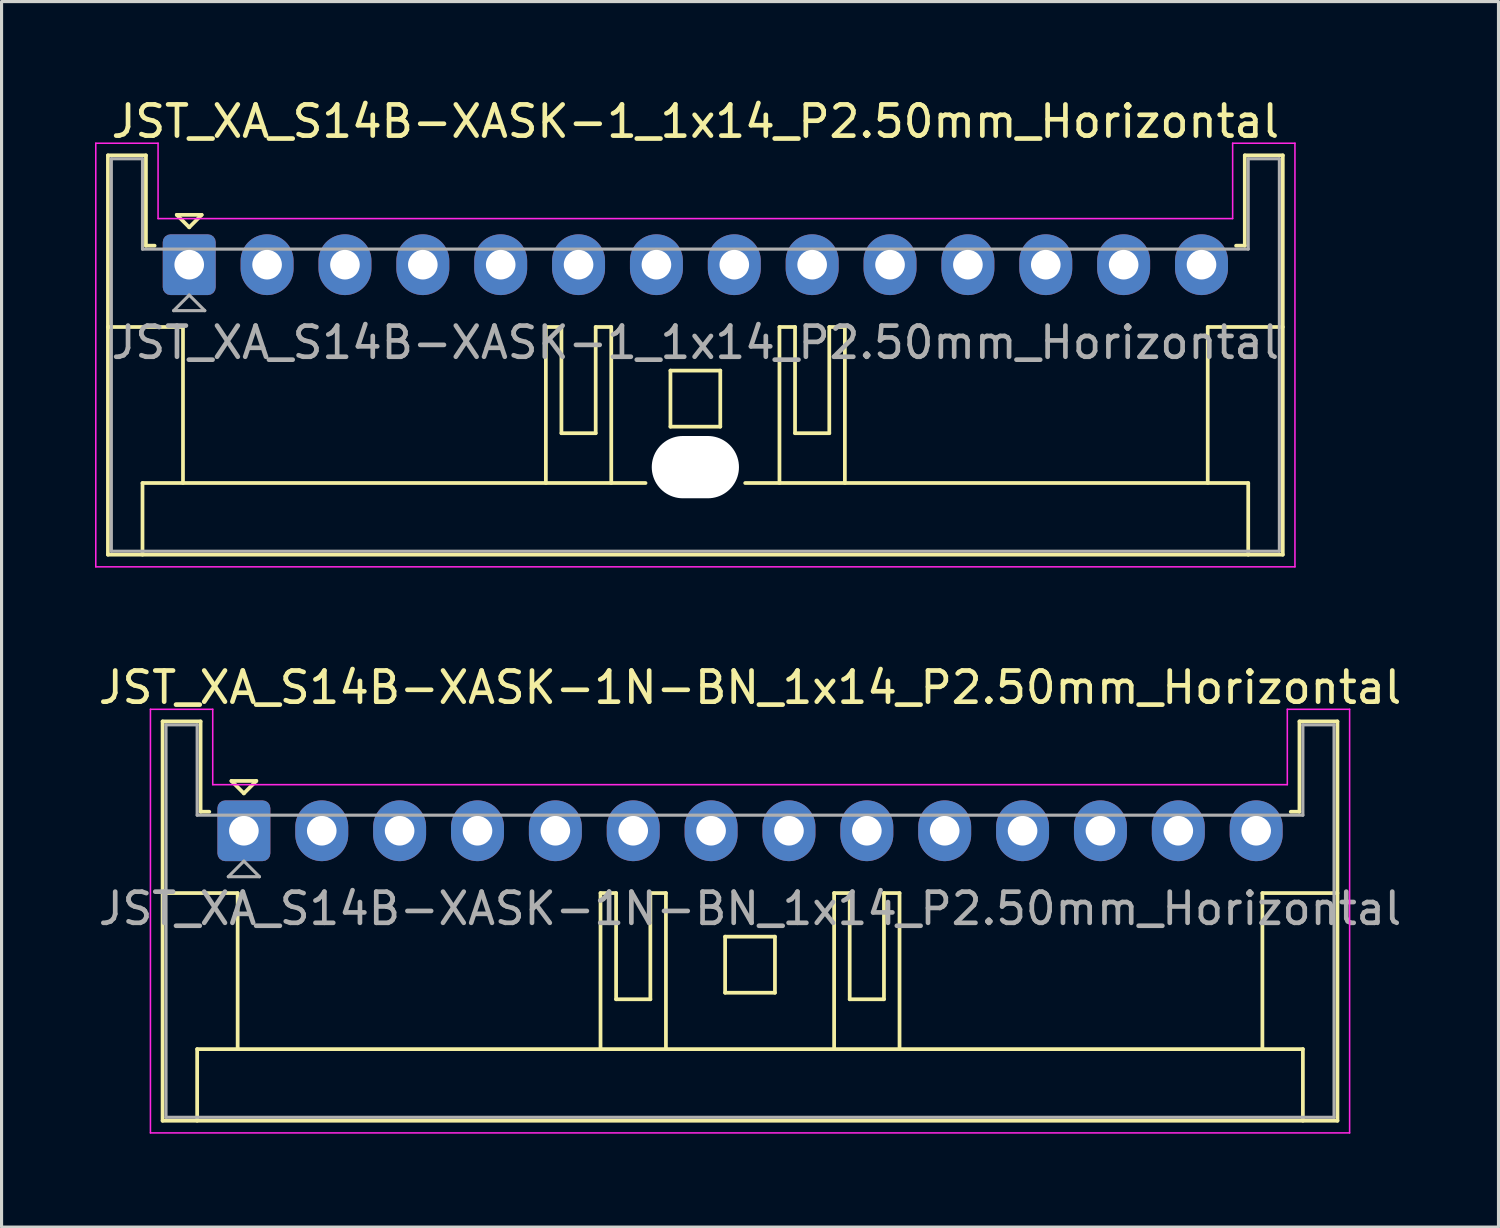
<source format=kicad_pcb>
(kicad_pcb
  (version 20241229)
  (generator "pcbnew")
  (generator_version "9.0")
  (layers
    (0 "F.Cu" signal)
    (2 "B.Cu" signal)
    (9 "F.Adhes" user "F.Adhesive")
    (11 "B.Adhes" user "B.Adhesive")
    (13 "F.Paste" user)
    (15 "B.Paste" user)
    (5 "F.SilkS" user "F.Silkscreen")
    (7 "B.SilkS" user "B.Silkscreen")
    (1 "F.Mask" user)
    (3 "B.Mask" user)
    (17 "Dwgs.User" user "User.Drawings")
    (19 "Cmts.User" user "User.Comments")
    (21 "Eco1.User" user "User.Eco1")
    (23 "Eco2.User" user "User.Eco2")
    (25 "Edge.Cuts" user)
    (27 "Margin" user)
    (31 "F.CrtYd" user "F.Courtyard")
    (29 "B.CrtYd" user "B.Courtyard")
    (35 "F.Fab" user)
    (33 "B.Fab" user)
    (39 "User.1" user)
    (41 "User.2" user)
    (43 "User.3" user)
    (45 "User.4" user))
  (footprint "JST_XA_S14B-XASK-1N-BN_1x14_P2.50mm_Horizontal"
    (layer "F.Cu")
    (at 4.78 23.622)
    (property "Reference" "JST_XA_S14B-XASK-1N-BN_1x14_P2.50mm_Horizontal" (at 16.25 -4.6 0) (layer "F.SilkS") (effects (font (size 1 1) (thickness 0.15))))
    (attr through_hole)
    (fp_line (start -2.61 -3.51) (end -2.61 9.31) (stroke (width 0.12) (type solid)) (layer "F.SilkS"))
    (fp_line (start -2.61 9.31) (end 35.11 9.31) (stroke (width 0.12) (type solid)) (layer "F.SilkS"))
    (fp_line (start -1.5 7.01) (end 34 7.01) (stroke (width 0.12) (type solid)) (layer "F.SilkS"))
    (fp_line (start -1.5 9.31) (end -1.5 7.01) (stroke (width 0.12) (type solid)) (layer "F.SilkS"))
    (fp_line (start -1.39 -3.51) (end -2.61 -3.51) (stroke (width 0.12) (type solid)) (layer "F.SilkS"))
    (fp_line (start -1.39 -0.61) (end -1.39 -3.51) (stroke (width 0.12) (type solid)) (layer "F.SilkS"))
    (fp_line (start -1.11 -0.61) (end -1.39 -0.61) (stroke (width 0.12) (type solid)) (layer "F.SilkS"))
    (fp_line (start -0.4 -1.6) (end 0.4 -1.6) (stroke (width 0.12) (type solid)) (layer "F.SilkS"))
    (fp_line (start -0.2 2) (end -2.61 2) (stroke (width 0.12) (type solid)) (layer "F.SilkS"))
    (fp_line (start -0.2 7.01) (end -0.2 2) (stroke (width 0.12) (type solid)) (layer "F.SilkS"))
    (fp_line (start 0 -1.2) (end -0.4 -1.6) (stroke (width 0.12) (type solid)) (layer "F.SilkS"))
    (fp_line (start 0.4 -1.6) (end 0 -1.2) (stroke (width 0.12) (type solid)) (layer "F.SilkS"))
    (fp_line (start 11.45 2) (end 11.45 7.01) (stroke (width 0.12) (type solid)) (layer "F.SilkS"))
    (fp_line (start 11.95 2) (end 11.45 2) (stroke (width 0.12) (type solid)) (layer "F.SilkS"))
    (fp_line (start 11.95 5.41) (end 11.95 2) (stroke (width 0.12) (type solid)) (layer "F.SilkS"))
    (fp_line (start 13.05 2) (end 13.05 5.41) (stroke (width 0.12) (type solid)) (layer "F.SilkS"))
    (fp_line (start 13.05 5.41) (end 11.95 5.41) (stroke (width 0.12) (type solid)) (layer "F.SilkS"))
    (fp_line (start 13.55 2) (end 13.05 2) (stroke (width 0.12) (type solid)) (layer "F.SilkS"))
    (fp_line (start 13.55 7.01) (end 13.55 2) (stroke (width 0.12) (type solid)) (layer "F.SilkS"))
    (fp_line (start 15.45 3.4) (end 17.05 3.4) (stroke (width 0.12) (type solid)) (layer "F.SilkS"))
    (fp_line (start 15.45 5.2) (end 15.45 3.4) (stroke (width 0.12) (type solid)) (layer "F.SilkS"))
    (fp_line (start 17.05 3.4) (end 17.05 5.2) (stroke (width 0.12) (type solid)) (layer "F.SilkS"))
    (fp_line (start 17.05 5.2) (end 15.45 5.2) (stroke (width 0.12) (type solid)) (layer "F.SilkS"))
    (fp_line (start 18.95 2) (end 19.45 2) (stroke (width 0.12) (type solid)) (layer "F.SilkS"))
    (fp_line (start 18.95 7.01) (end 18.95 2) (stroke (width 0.12) (type solid)) (layer "F.SilkS"))
    (fp_line (start 19.45 2) (end 19.45 5.41) (stroke (width 0.12) (type solid)) (layer "F.SilkS"))
    (fp_line (start 19.45 5.41) (end 20.55 5.41) (stroke (width 0.12) (type solid)) (layer "F.SilkS"))
    (fp_line (start 20.55 2) (end 21.05 2) (stroke (width 0.12) (type solid)) (layer "F.SilkS"))
    (fp_line (start 20.55 5.41) (end 20.55 2) (stroke (width 0.12) (type solid)) (layer "F.SilkS"))
    (fp_line (start 21.05 2) (end 21.05 7.01) (stroke (width 0.12) (type solid)) (layer "F.SilkS"))
    (fp_line (start 32.7 2) (end 35.11 2) (stroke (width 0.12) (type solid)) (layer "F.SilkS"))
    (fp_line (start 32.7 7.01) (end 32.7 2) (stroke (width 0.12) (type solid)) (layer "F.SilkS"))
    (fp_line (start 33.89 -3.51) (end 33.89 -0.61) (stroke (width 0.12) (type solid)) (layer "F.SilkS"))
    (fp_line (start 33.89 -0.61) (end 33.61 -0.61) (stroke (width 0.12) (type solid)) (layer "F.SilkS"))
    (fp_line (start 34 7.01) (end 34 9.31) (stroke (width 0.12) (type solid)) (layer "F.SilkS"))
    (fp_line (start 35.11 -3.51) (end 33.89 -3.51) (stroke (width 0.12) (type solid)) (layer "F.SilkS"))
    (fp_line (start 35.11 9.31) (end 35.11 -3.51) (stroke (width 0.12) (type solid)) (layer "F.SilkS"))
    (fp_line (start -3 -3.9) (end -1 -3.9) (stroke (width 0.05) (type solid)) (layer "F.CrtYd"))
    (fp_line (start -3 9.7) (end -3 -3.9) (stroke (width 0.05) (type solid)) (layer "F.CrtYd"))
    (fp_line (start -1 -3.9) (end -1 -1.48) (stroke (width 0.05) (type solid)) (layer "F.CrtYd"))
    (fp_line (start -1 -1.48) (end 33.5 -1.48) (stroke (width 0.05) (type solid)) (layer "F.CrtYd"))
    (fp_line (start 33.5 -3.9) (end 35.5 -3.9) (stroke (width 0.05) (type solid)) (layer "F.CrtYd"))
    (fp_line (start 33.5 -1.48) (end 33.5 -3.9) (stroke (width 0.05) (type solid)) (layer "F.CrtYd"))
    (fp_line (start 35.5 -3.9) (end 35.5 9.7) (stroke (width 0.05) (type solid)) (layer "F.CrtYd"))
    (fp_line (start 35.5 9.7) (end -3 9.7) (stroke (width 0.05) (type solid)) (layer "F.CrtYd"))
    (fp_line (start -2.5 -3.4) (end -2.5 9.2) (stroke (width 0.1) (type solid)) (layer "F.Fab"))
    (fp_line (start -2.5 9.2) (end 35 9.2) (stroke (width 0.1) (type solid)) (layer "F.Fab"))
    (fp_line (start -1.5 -3.4) (end -2.5 -3.4) (stroke (width 0.1) (type solid)) (layer "F.Fab"))
    (fp_line (start -1.5 -0.5) (end -1.5 -3.4) (stroke (width 0.1) (type solid)) (layer "F.Fab"))
    (fp_line (start -0.5 1.475) (end 0.5 1.475) (stroke (width 0.1) (type solid)) (layer "F.Fab"))
    (fp_line (start 0 0.975) (end -0.5 1.475) (stroke (width 0.1) (type solid)) (layer "F.Fab"))
    (fp_line (start 0.5 1.475) (end 0 0.975) (stroke (width 0.1) (type solid)) (layer "F.Fab"))
    (fp_line (start 34 -3.4) (end 34 -0.5) (stroke (width 0.1) (type solid)) (layer "F.Fab"))
    (fp_line (start 34 -0.5) (end -1.5 -0.5) (stroke (width 0.1) (type solid)) (layer "F.Fab"))
    (fp_line (start 35 -3.4) (end 34 -3.4) (stroke (width 0.1) (type solid)) (layer "F.Fab"))
    (fp_line (start 35 9.2) (end 35 -3.4) (stroke (width 0.1) (type solid)) (layer "F.Fab"))
    (fp_text user "${REFERENCE}" (at 16.25 2.5 0) (layer "F.Fab") (effects (font (size 1 1) (thickness 0.15))))
    (pad "1" thru_hole roundrect (at 0 0) (size 1.7 1.95) (drill 0.95) (layers "*.Cu" "*.Mask") (roundrect_rratio 0.147))
    (pad "2" thru_hole oval (at 2.5 0) (size 1.7 1.95) (drill 0.95) (layers "*.Cu" "*.Mask"))
    (pad "3" thru_hole oval (at 5 0) (size 1.7 1.95) (drill 0.95) (layers "*.Cu" "*.Mask"))
    (pad "4" thru_hole oval (at 7.5 0) (size 1.7 1.95) (drill 0.95) (layers "*.Cu" "*.Mask"))
    (pad "5" thru_hole oval (at 10 0) (size 1.7 1.95) (drill 0.95) (layers "*.Cu" "*.Mask"))
    (pad "6" thru_hole oval (at 12.5 0) (size 1.7 1.95) (drill 0.95) (layers "*.Cu" "*.Mask"))
    (pad "7" thru_hole oval (at 15 0) (size 1.7 1.95) (drill 0.95) (layers "*.Cu" "*.Mask"))
    (pad "8" thru_hole oval (at 17.5 0) (size 1.7 1.95) (drill 0.95) (layers "*.Cu" "*.Mask"))
    (pad "9" thru_hole oval (at 20 0) (size 1.7 1.95) (drill 0.95) (layers "*.Cu" "*.Mask"))
    (pad "10" thru_hole oval (at 22.5 0) (size 1.7 1.95) (drill 0.95) (layers "*.Cu" "*.Mask"))
    (pad "11" thru_hole oval (at 25 0) (size 1.7 1.95) (drill 0.95) (layers "*.Cu" "*.Mask"))
    (pad "12" thru_hole oval (at 27.5 0) (size 1.7 1.95) (drill 0.95) (layers "*.Cu" "*.Mask"))
    (pad "13" thru_hole oval (at 30 0) (size 1.7 1.95) (drill 0.95) (layers "*.Cu" "*.Mask"))
    (pad "14" thru_hole oval (at 32.5 0) (size 1.7 1.95) (drill 0.95) (layers "*.Cu" "*.Mask")))
  (footprint "JST_XA_S14B-XASK-1_1x14_P2.50mm_Horizontal"
    (layer "F.Cu")
    (at 3.025 5.448)
    (property "Reference" "JST_XA_S14B-XASK-1_1x14_P2.50mm_Horizontal" (at 16.25 -4.6 0) (layer "F.SilkS") (effects (font (size 1 1) (thickness 0.15))))
    (attr through_hole)
    (fp_line (start -2.61 -3.51) (end -2.61 9.31) (stroke (width 0.12) (type solid)) (layer "F.SilkS"))
    (fp_line (start -2.61 9.31) (end 35.11 9.31) (stroke (width 0.12) (type solid)) (layer "F.SilkS"))
    (fp_line (start -1.5 7.01) (end 14.65 7.01) (stroke (width 0.12) (type solid)) (layer "F.SilkS"))
    (fp_line (start -1.5 9.31) (end -1.5 7.01) (stroke (width 0.12) (type solid)) (layer "F.SilkS"))
    (fp_line (start -1.39 -3.51) (end -2.61 -3.51) (stroke (width 0.12) (type solid)) (layer "F.SilkS"))
    (fp_line (start -1.39 -0.61) (end -1.39 -3.51) (stroke (width 0.12) (type solid)) (layer "F.SilkS"))
    (fp_line (start -1.11 -0.61) (end -1.39 -0.61) (stroke (width 0.12) (type solid)) (layer "F.SilkS"))
    (fp_line (start -0.4 -1.6) (end 0.4 -1.6) (stroke (width 0.12) (type solid)) (layer "F.SilkS"))
    (fp_line (start -0.2 2) (end -2.61 2) (stroke (width 0.12) (type solid)) (layer "F.SilkS"))
    (fp_line (start -0.2 7.01) (end -0.2 2) (stroke (width 0.12) (type solid)) (layer "F.SilkS"))
    (fp_line (start 0 -1.2) (end -0.4 -1.6) (stroke (width 0.12) (type solid)) (layer "F.SilkS"))
    (fp_line (start 0.4 -1.6) (end 0 -1.2) (stroke (width 0.12) (type solid)) (layer "F.SilkS"))
    (fp_line (start 11.45 2) (end 11.45 7.01) (stroke (width 0.12) (type solid)) (layer "F.SilkS"))
    (fp_line (start 11.95 2) (end 11.45 2) (stroke (width 0.12) (type solid)) (layer "F.SilkS"))
    (fp_line (start 11.95 5.41) (end 11.95 2) (stroke (width 0.12) (type solid)) (layer "F.SilkS"))
    (fp_line (start 13.05 2) (end 13.05 5.41) (stroke (width 0.12) (type solid)) (layer "F.SilkS"))
    (fp_line (start 13.05 5.41) (end 11.95 5.41) (stroke (width 0.12) (type solid)) (layer "F.SilkS"))
    (fp_line (start 13.55 2) (end 13.05 2) (stroke (width 0.12) (type solid)) (layer "F.SilkS"))
    (fp_line (start 13.55 7.01) (end 13.55 2) (stroke (width 0.12) (type solid)) (layer "F.SilkS"))
    (fp_line (start 15.45 3.4) (end 17.05 3.4) (stroke (width 0.12) (type solid)) (layer "F.SilkS"))
    (fp_line (start 15.45 5.2) (end 15.45 3.4) (stroke (width 0.12) (type solid)) (layer "F.SilkS"))
    (fp_line (start 17.05 3.4) (end 17.05 5.2) (stroke (width 0.12) (type solid)) (layer "F.SilkS"))
    (fp_line (start 17.05 5.2) (end 15.45 5.2) (stroke (width 0.12) (type solid)) (layer "F.SilkS"))
    (fp_line (start 17.85 7.01) (end 34 7.01) (stroke (width 0.12) (type solid)) (layer "F.SilkS"))
    (fp_line (start 18.95 2) (end 19.45 2) (stroke (width 0.12) (type solid)) (layer "F.SilkS"))
    (fp_line (start 18.95 7.01) (end 18.95 2) (stroke (width 0.12) (type solid)) (layer "F.SilkS"))
    (fp_line (start 19.45 2) (end 19.45 5.41) (stroke (width 0.12) (type solid)) (layer "F.SilkS"))
    (fp_line (start 19.45 5.41) (end 20.55 5.41) (stroke (width 0.12) (type solid)) (layer "F.SilkS"))
    (fp_line (start 20.55 2) (end 21.05 2) (stroke (width 0.12) (type solid)) (layer "F.SilkS"))
    (fp_line (start 20.55 5.41) (end 20.55 2) (stroke (width 0.12) (type solid)) (layer "F.SilkS"))
    (fp_line (start 21.05 2) (end 21.05 7.01) (stroke (width 0.12) (type solid)) (layer "F.SilkS"))
    (fp_line (start 32.7 2) (end 35.11 2) (stroke (width 0.12) (type solid)) (layer "F.SilkS"))
    (fp_line (start 32.7 7.01) (end 32.7 2) (stroke (width 0.12) (type solid)) (layer "F.SilkS"))
    (fp_line (start 33.89 -3.51) (end 33.89 -0.61) (stroke (width 0.12) (type solid)) (layer "F.SilkS"))
    (fp_line (start 33.89 -0.61) (end 33.61 -0.61) (stroke (width 0.12) (type solid)) (layer "F.SilkS"))
    (fp_line (start 34 7.01) (end 34 9.31) (stroke (width 0.12) (type solid)) (layer "F.SilkS"))
    (fp_line (start 35.11 -3.51) (end 33.89 -3.51) (stroke (width 0.12) (type solid)) (layer "F.SilkS"))
    (fp_line (start 35.11 9.31) (end 35.11 -3.51) (stroke (width 0.12) (type solid)) (layer "F.SilkS"))
    (fp_line (start -3 -3.9) (end -1 -3.9) (stroke (width 0.05) (type solid)) (layer "F.CrtYd"))
    (fp_line (start -3 9.7) (end -3 -3.9) (stroke (width 0.05) (type solid)) (layer "F.CrtYd"))
    (fp_line (start -1 -3.9) (end -1 -1.48) (stroke (width 0.05) (type solid)) (layer "F.CrtYd"))
    (fp_line (start -1 -1.48) (end 33.5 -1.48) (stroke (width 0.05) (type solid)) (layer "F.CrtYd"))
    (fp_line (start 33.5 -3.9) (end 35.5 -3.9) (stroke (width 0.05) (type solid)) (layer "F.CrtYd"))
    (fp_line (start 33.5 -1.48) (end 33.5 -3.9) (stroke (width 0.05) (type solid)) (layer "F.CrtYd"))
    (fp_line (start 35.5 -3.9) (end 35.5 9.7) (stroke (width 0.05) (type solid)) (layer "F.CrtYd"))
    (fp_line (start 35.5 9.7) (end -3 9.7) (stroke (width 0.05) (type solid)) (layer "F.CrtYd"))
    (fp_line (start -2.5 -3.4) (end -2.5 9.2) (stroke (width 0.1) (type solid)) (layer "F.Fab"))
    (fp_line (start -2.5 9.2) (end 35 9.2) (stroke (width 0.1) (type solid)) (layer "F.Fab"))
    (fp_line (start -1.5 -3.4) (end -2.5 -3.4) (stroke (width 0.1) (type solid)) (layer "F.Fab"))
    (fp_line (start -1.5 -0.5) (end -1.5 -3.4) (stroke (width 0.1) (type solid)) (layer "F.Fab"))
    (fp_line (start -0.5 1.475) (end 0.5 1.475) (stroke (width 0.1) (type solid)) (layer "F.Fab"))
    (fp_line (start 0 0.975) (end -0.5 1.475) (stroke (width 0.1) (type solid)) (layer "F.Fab"))
    (fp_line (start 0.5 1.475) (end 0 0.975) (stroke (width 0.1) (type solid)) (layer "F.Fab"))
    (fp_line (start 34 -3.4) (end 34 -0.5) (stroke (width 0.1) (type solid)) (layer "F.Fab"))
    (fp_line (start 34 -0.5) (end -1.5 -0.5) (stroke (width 0.1) (type solid)) (layer "F.Fab"))
    (fp_line (start 35 -3.4) (end 34 -3.4) (stroke (width 0.1) (type solid)) (layer "F.Fab"))
    (fp_line (start 35 9.2) (end 35 -3.4) (stroke (width 0.1) (type solid)) (layer "F.Fab"))
    (fp_text user "${REFERENCE}" (at 16.25 2.5 0) (layer "F.Fab") (effects (font (size 1 1) (thickness 0.15))))
    (pad "" np_thru_hole oval (at 16.25 6.5) (size 2.8 2) (drill oval 2.8 2) (layers "*.Cu" "*.Mask"))
    (pad "1" thru_hole roundrect (at 0 0) (size 1.7 1.95) (drill 0.95) (layers "*.Cu" "*.Mask") (roundrect_rratio 0.147))
    (pad "2" thru_hole oval (at 2.5 0) (size 1.7 1.95) (drill 0.95) (layers "*.Cu" "*.Mask"))
    (pad "3" thru_hole oval (at 5 0) (size 1.7 1.95) (drill 0.95) (layers "*.Cu" "*.Mask"))
    (pad "4" thru_hole oval (at 7.5 0) (size 1.7 1.95) (drill 0.95) (layers "*.Cu" "*.Mask"))
    (pad "5" thru_hole oval (at 10 0) (size 1.7 1.95) (drill 0.95) (layers "*.Cu" "*.Mask"))
    (pad "6" thru_hole oval (at 12.5 0) (size 1.7 1.95) (drill 0.95) (layers "*.Cu" "*.Mask"))
    (pad "7" thru_hole oval (at 15 0) (size 1.7 1.95) (drill 0.95) (layers "*.Cu" "*.Mask"))
    (pad "8" thru_hole oval (at 17.5 0) (size 1.7 1.95) (drill 0.95) (layers "*.Cu" "*.Mask"))
    (pad "9" thru_hole oval (at 20 0) (size 1.7 1.95) (drill 0.95) (layers "*.Cu" "*.Mask"))
    (pad "10" thru_hole oval (at 22.5 0) (size 1.7 1.95) (drill 0.95) (layers "*.Cu" "*.Mask"))
    (pad "11" thru_hole oval (at 25 0) (size 1.7 1.95) (drill 0.95) (layers "*.Cu" "*.Mask"))
    (pad "12" thru_hole oval (at 27.5 0) (size 1.7 1.95) (drill 0.95) (layers "*.Cu" "*.Mask"))
    (pad "13" thru_hole oval (at 30 0) (size 1.7 1.95) (drill 0.95) (layers "*.Cu" "*.Mask"))
    (pad "14" thru_hole oval (at 32.5 0) (size 1.7 1.95) (drill 0.95) (layers "*.Cu" "*.Mask")))
  (gr_rect
    (start -3 -3)
    (end 45.06 36.346)
    (stroke (width 0.1) (type default))
    (fill no)
    (layer "Edge.Cuts")))
</source>
